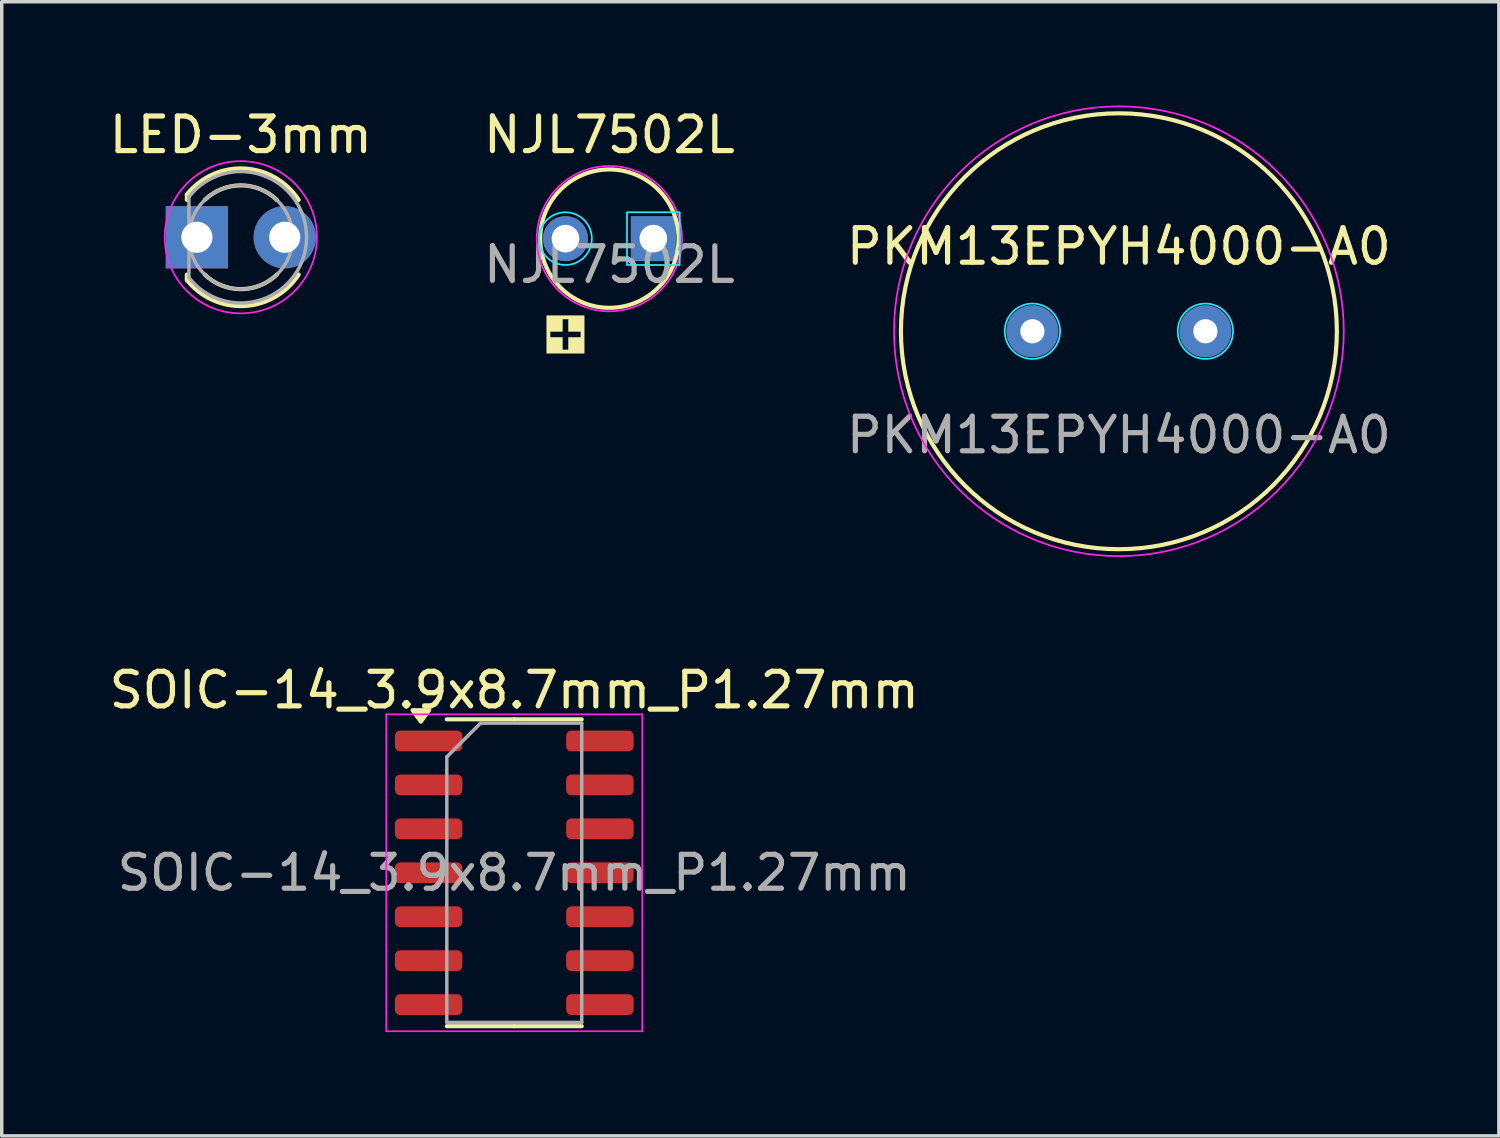
<source format=kicad_pcb>
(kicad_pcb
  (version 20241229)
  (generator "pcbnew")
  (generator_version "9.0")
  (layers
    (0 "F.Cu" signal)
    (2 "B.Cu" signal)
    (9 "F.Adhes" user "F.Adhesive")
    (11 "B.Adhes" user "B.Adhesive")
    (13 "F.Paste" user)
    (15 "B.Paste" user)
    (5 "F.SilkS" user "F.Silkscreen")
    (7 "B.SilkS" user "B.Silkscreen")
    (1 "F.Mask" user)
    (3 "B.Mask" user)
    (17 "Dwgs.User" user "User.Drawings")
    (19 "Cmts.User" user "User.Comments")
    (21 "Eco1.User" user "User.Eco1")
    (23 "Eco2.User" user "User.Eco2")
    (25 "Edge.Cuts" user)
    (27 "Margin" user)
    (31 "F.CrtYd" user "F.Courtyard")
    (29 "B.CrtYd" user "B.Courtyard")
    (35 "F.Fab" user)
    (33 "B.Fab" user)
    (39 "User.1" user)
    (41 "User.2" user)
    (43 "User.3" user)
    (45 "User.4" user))
  (footprint "NJL7502L"
    (layer "F.Cu")
    (at 14.565 3.848)
    (property "Reference" "NJL7502L" (at 0 -3 0) (unlocked yes) (layer "F.SilkS") (effects (font (size 1 1) (thickness 0.15))))
    (attr through_hole)
    (fp_circle (center 0 0) (end 2 0) (stroke (width 0.12) (type default)) (fill no) (layer "F.SilkS"))
    (fp_rect (start 0.508 -0.762) (end 2.032 0.762) (stroke (width 0.05) (type default)) (fill no) (layer "B.CrtYd"))
    (fp_circle (center -1.27 0) (end -0.508 0) (stroke (width 0.05) (type default)) (fill no) (layer "B.CrtYd"))
    (fp_circle (center 0 0) (end 2.1 0) (stroke (width 0.05) (type default)) (fill no) (layer "F.CrtYd"))
    (fp_text user "+" (at -1.27 2.794 0) (unlocked yes) (layer "F.SilkS" knockout) (effects (font (face "Arial Black") (size 1 1) (thickness 0.125))))
    (fp_text user "${REFERENCE}" (at 0 0.75 0) (unlocked yes) (layer "F.Fab") (effects (font (size 1 1) (thickness 0.15))))
    (pad "1" thru_hole rect (at 1.27 0) (size 1.3 1.3) (drill 0.8) (layers "*.Cu" "*.Mask"))
    (pad "2" thru_hole circle (at -1.27 0) (size 1.3 1.3) (drill 0.8) (layers "*.Cu" "*.Mask")))
  (footprint "LED-3mm"
    (layer "F.Cu")
    (at 3.911 3.808)
    (property "Reference" "LED-3mm" (at 0 -2.96 0) (layer "F.SilkS") (effects (font (size 1 1) (thickness 0.15))))
    (attr through_hole)
    (fp_line (start -1.56 -1.236) (end -1.56 -1.08) (stroke (width 0.12) (type solid)) (layer "F.SilkS"))
    (fp_line (start -1.56 1.08) (end -1.56 1.236) (stroke (width 0.12) (type solid)) (layer "F.SilkS"))
    (fp_arc (start -1.56 -1.235516) (mid 0.096487 -1.987659) (end 1.672335 -1.078608) (stroke (width 0.12) (type solid)) (layer "F.SilkS"))
    (fp_arc (start -1.040961 -1.08) (mid 0.000117 -1.5) (end 1.04113 -1.079837) (stroke (width 0.12) (type solid)) (layer "F.SilkS"))
    (fp_arc (start 1.04113 1.079837) (mid 0.000117 1.5) (end -1.040961 1.08) (stroke (width 0.12) (type solid)) (layer "F.SilkS"))
    (fp_arc (start 1.672335 1.078608) (mid 0.096487 1.987659) (end -1.56 1.235516) (stroke (width 0.12) (type solid)) (layer "F.SilkS"))
    (fp_circle (center 0 0) (end 2.2 0) (stroke (width 0.05) (type default)) (fill no) (layer "F.CrtYd"))
    (fp_line (start -1.5 -1.166) (end -1.5 1.166) (stroke (width 0.1) (type solid)) (layer "F.Fab"))
    (fp_arc (start -1.5 -1.16619) (mid 1.9 0.000452) (end -1.500555 1.165476) (stroke (width 0.1) (type solid)) (layer "F.Fab"))
    (fp_circle (center 0 0) (end 1.5 0) (stroke (width 0.1) (type solid)) (fill no) (layer "F.Fab"))
    (pad "1" thru_hole rect (at -1.27 0) (size 1.8 1.8) (drill 0.9) (layers "*.Cu" "*.Mask"))
    (pad "2" thru_hole circle (at 1.27 0) (size 1.8 1.8) (drill 0.9) (layers "*.Cu" "*.Mask")))
  (footprint "PKM13EPYH4000-A0"
    (layer "F.Cu")
    (at 29.292 6.525)
    (property "Reference" "PKM13EPYH4000-A0" (at 0 -2.45 0) (unlocked yes) (layer "F.SilkS") (effects (font (size 1 1) (thickness 0.15))))
    (attr through_hole)
    (fp_circle (center 0 0) (end -6.3 0) (stroke (width 0.12) (type default)) (fill no) (layer "F.SilkS"))
    (fp_circle (center -2.5 0) (end -1.7 0) (stroke (width 0.05) (type default)) (fill no) (layer "B.CrtYd"))
    (fp_circle (center 2.5 0) (end 1.7 0) (stroke (width 0.05) (type default)) (fill no) (layer "B.CrtYd"))
    (fp_circle (center 0 0) (end -6.5 0) (stroke (width 0.05) (type default)) (fill no) (layer "F.CrtYd"))
    (fp_text user "${REFERENCE}" (at 0 3 0) (unlocked yes) (layer "F.Fab") (effects (font (size 1 1) (thickness 0.15))))
    (pad "1" thru_hole circle (at -2.5 0) (size 1.5 1.5) (drill 0.7) (layers "*.Cu" "*.Mask"))
    (pad "2" thru_hole circle (at 2.5 0) (size 1.5 1.5) (drill 0.7) (layers "*.Cu" "*.Mask")))
  (footprint "SOIC-14_3.9x8.7mm_P1.27mm"
    (layer "F.Cu")
    (at 11.815 22.178)
    (property "Reference" "SOIC-14_3.9x8.7mm_P1.27mm" (at 0 -5.28 0) (layer "F.SilkS") (effects (font (size 1 1) (thickness 0.15))))
    (attr smd)
    (fp_line (start 0 -4.435) (end -1.95 -4.435) (stroke (width 0.12) (type solid)) (layer "F.SilkS"))
    (fp_line (start 0 -4.435) (end 1.95 -4.435) (stroke (width 0.12) (type solid)) (layer "F.SilkS"))
    (fp_line (start 0 4.435) (end -1.95 4.435) (stroke (width 0.12) (type solid)) (layer "F.SilkS"))
    (fp_line (start 0 4.435) (end 1.95 4.435) (stroke (width 0.12) (type solid)) (layer "F.SilkS"))
    (fp_poly (pts (xy -2.7 -4.37) (xy -2.94 -4.7) (xy -2.46 -4.7) (xy -2.7 -4.37)) (stroke (width 0.12) (type solid)) (fill yes) (layer "F.SilkS"))
    (fp_line (start -3.7 -4.58) (end -3.7 4.58) (stroke (width 0.05) (type solid)) (layer "F.CrtYd"))
    (fp_line (start -3.7 4.58) (end 3.7 4.58) (stroke (width 0.05) (type solid)) (layer "F.CrtYd"))
    (fp_line (start 3.7 -4.58) (end -3.7 -4.58) (stroke (width 0.05) (type solid)) (layer "F.CrtYd"))
    (fp_line (start 3.7 4.58) (end 3.7 -4.58) (stroke (width 0.05) (type solid)) (layer "F.CrtYd"))
    (fp_line (start -1.95 -3.35) (end -0.975 -4.325) (stroke (width 0.1) (type solid)) (layer "F.Fab"))
    (fp_line (start -1.95 4.325) (end -1.95 -3.35) (stroke (width 0.1) (type solid)) (layer "F.Fab"))
    (fp_line (start -0.975 -4.325) (end 1.95 -4.325) (stroke (width 0.1) (type solid)) (layer "F.Fab"))
    (fp_line (start 1.95 -4.325) (end 1.95 4.325) (stroke (width 0.1) (type solid)) (layer "F.Fab"))
    (fp_line (start 1.95 4.325) (end -1.95 4.325) (stroke (width 0.1) (type solid)) (layer "F.Fab"))
    (fp_text user "${REFERENCE}" (at 0 0 0) (layer "F.Fab") (effects (font (size 0.98 0.98) (thickness 0.15))))
    (pad "1" smd roundrect (at -2.475 -3.81) (size 1.95 0.6) (layers "F.Cu" "F.Mask" "F.Paste") (roundrect_rratio 0.25))
    (pad "2" smd roundrect (at -2.475 -2.54) (size 1.95 0.6) (layers "F.Cu" "F.Mask" "F.Paste") (roundrect_rratio 0.25))
    (pad "3" smd roundrect (at -2.475 -1.27) (size 1.95 0.6) (layers "F.Cu" "F.Mask" "F.Paste") (roundrect_rratio 0.25))
    (pad "4" smd roundrect (at -2.475 0) (size 1.95 0.6) (layers "F.Cu" "F.Mask" "F.Paste") (roundrect_rratio 0.25))
    (pad "5" smd roundrect (at -2.475 1.27) (size 1.95 0.6) (layers "F.Cu" "F.Mask" "F.Paste") (roundrect_rratio 0.25))
    (pad "6" smd roundrect (at -2.475 2.54) (size 1.95 0.6) (layers "F.Cu" "F.Mask" "F.Paste") (roundrect_rratio 0.25))
    (pad "7" smd roundrect (at -2.475 3.81) (size 1.95 0.6) (layers "F.Cu" "F.Mask" "F.Paste") (roundrect_rratio 0.25))
    (pad "8" smd roundrect (at 2.475 3.81) (size 1.95 0.6) (layers "F.Cu" "F.Mask" "F.Paste") (roundrect_rratio 0.25))
    (pad "9" smd roundrect (at 2.475 2.54) (size 1.95 0.6) (layers "F.Cu" "F.Mask" "F.Paste") (roundrect_rratio 0.25))
    (pad "10" smd roundrect (at 2.475 1.27) (size 1.95 0.6) (layers "F.Cu" "F.Mask" "F.Paste") (roundrect_rratio 0.25))
    (pad "11" smd roundrect (at 2.475 0) (size 1.95 0.6) (layers "F.Cu" "F.Mask" "F.Paste") (roundrect_rratio 0.25))
    (pad "12" smd roundrect (at 2.475 -1.27) (size 1.95 0.6) (layers "F.Cu" "F.Mask" "F.Paste") (roundrect_rratio 0.25))
    (pad "13" smd roundrect (at 2.475 -2.54) (size 1.95 0.6) (layers "F.Cu" "F.Mask" "F.Paste") (roundrect_rratio 0.25))
    (pad "14" smd roundrect (at 2.475 -3.81) (size 1.95 0.6) (layers "F.Cu" "F.Mask" "F.Paste") (roundrect_rratio 0.25)))
  (gr_rect
    (start -3 -3)
    (end 40.274 29.783)
    (stroke (width 0.1) (type default))
    (fill no)
    (layer "Edge.Cuts")))
</source>
